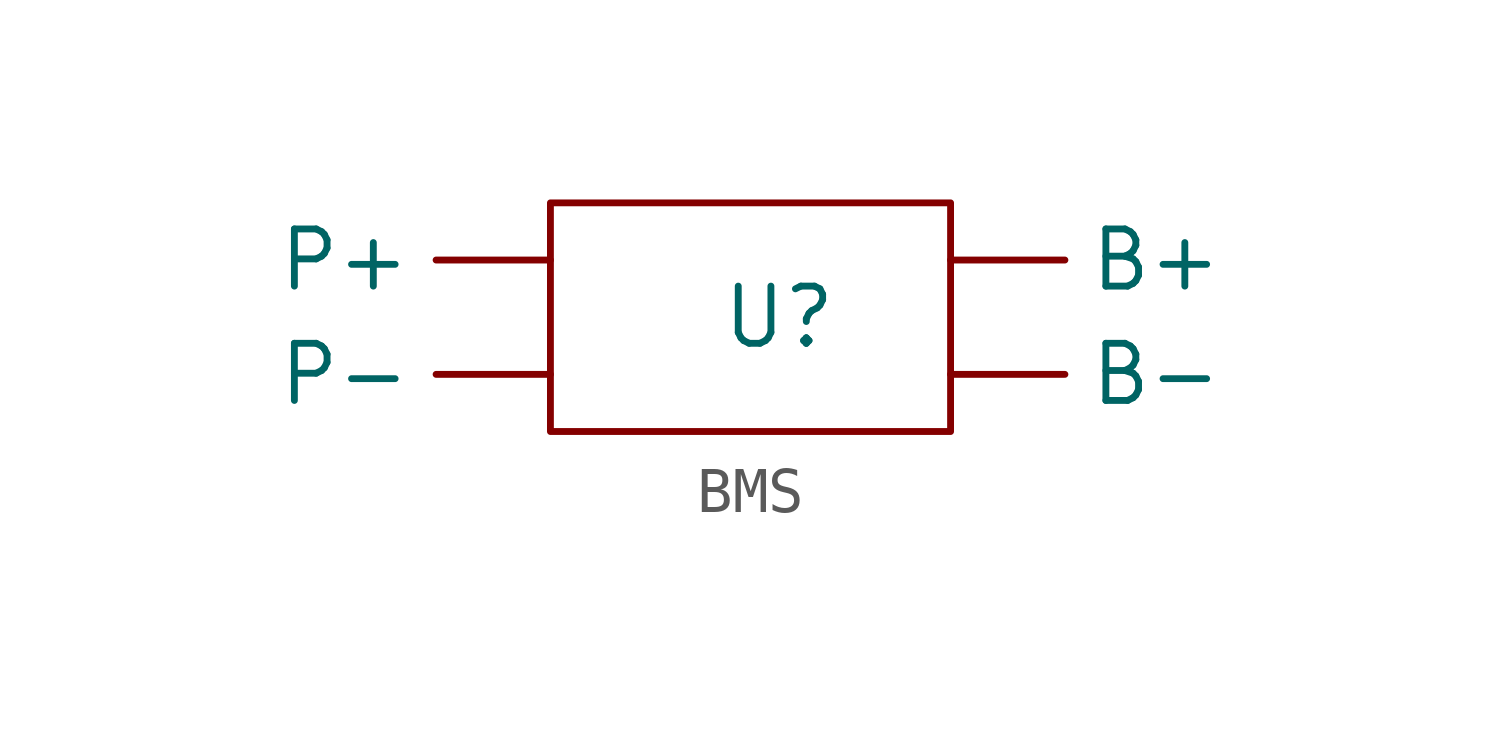
<source format=kicad_sym>
(kicad_symbol_lib
  (version 20241209)
  (generator "kicad_symbol_editor")
  (generator_version "9.0")
  (symbol "BMS"
    (property "Reference" "U"
      (at 0 0 0)
      (effects (font (size 1.27 1.27))))
    (property "Value" ""
      (at 0 0 0)
      (effects (font (size 1.27 1.27))))
    (symbol "BMS_0_1"
      (rectangle (start 3.81 -2.54) (end -5.08 2.54) (stroke (width 0) (type default)) (fill (type none))))
    (symbol "BMS_1_1"
      (pin power_out line (at -5.08 1.27 180) (length 2.54) (name "P+" (effects (font (size 1.27 1.27)))) (number "" (effects (font (size 1.27 1.27)))))
      (pin power_out line (at -5.08 -1.27 180) (length 2.54) (name "P-" (effects (font (size 1.27 1.27)))) (number "" (effects (font (size 1.27 1.27)))))
      (pin power_in line (at 3.81 1.27 0) (length 2.54) (name "B+" (effects (font (size 1.27 1.27)))) (number "" (effects (font (size 1.27 1.27)))))
      (pin power_in line (at 3.81 -1.27 0) (length 2.54) (name "B-" (effects (font (size 1.27 1.27)))) (number "" (effects (font (size 1.27 1.27))))))))
</source>
